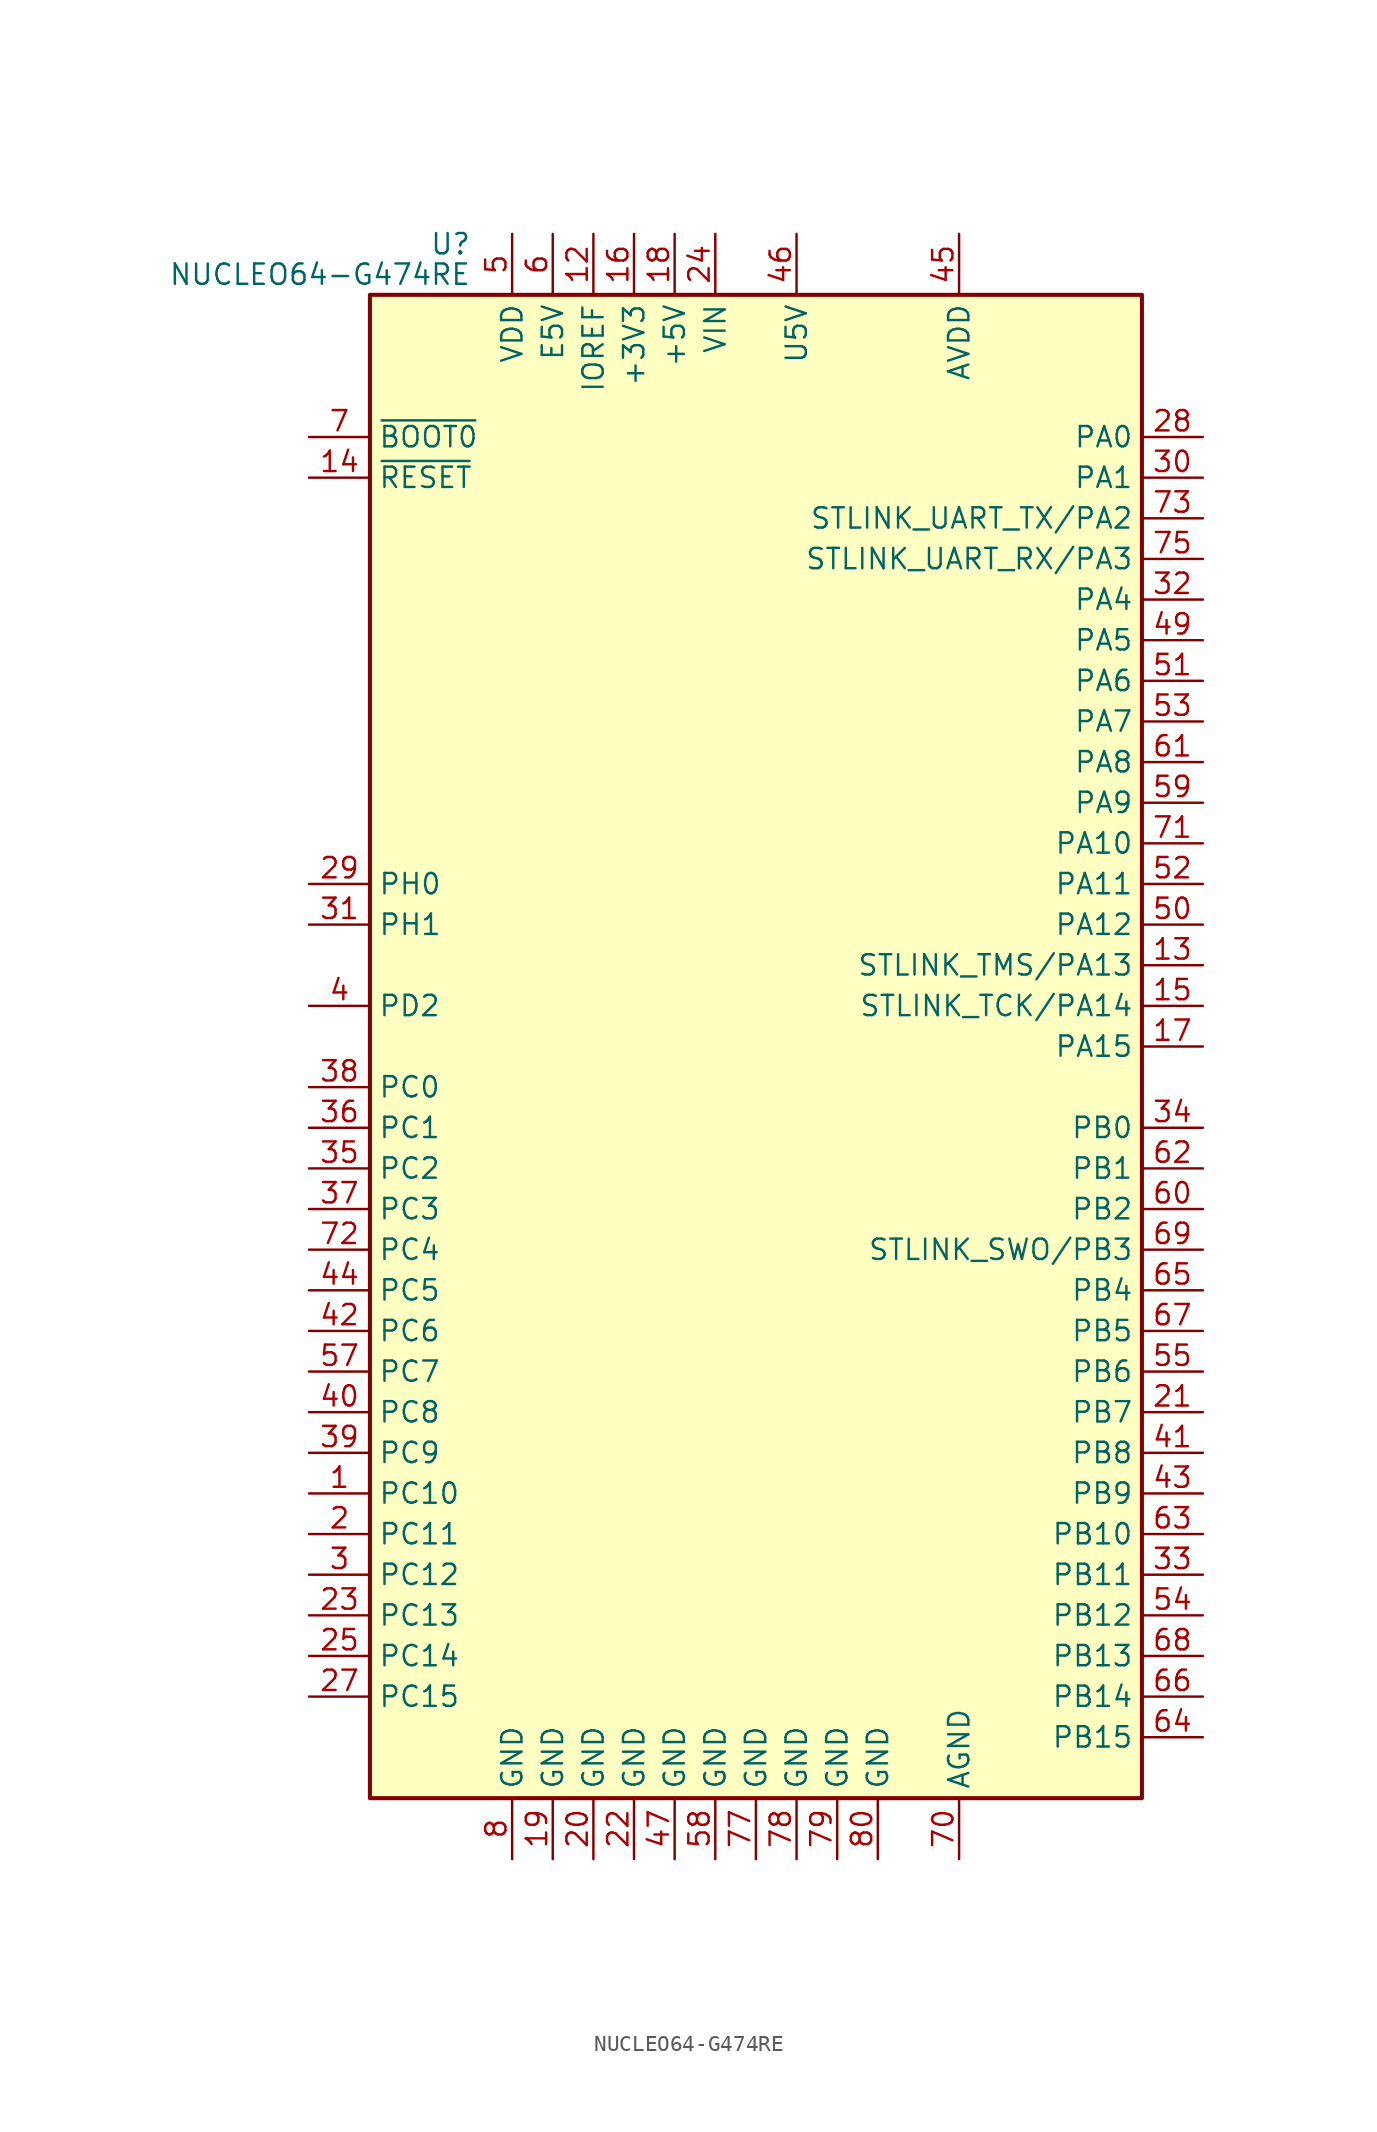
<source format=kicad_sym>
(kicad_symbol_lib
  (version 20211014)
  (generator kicad_symbol_editor)
  (symbol "NUCLEO64-G474RE"
    (property "Reference" "U"
      (at -17.78 50.165 0)
      (effects (font (size 1.27 1.27)) (justify right)))
    (property "Value" "NUCLEO64-G474RE"
      (at -17.78 48.26 0)
      (effects (font (size 1.27 1.27)) (justify right)))
    (symbol "NUCLEO64-G474RE_0_1"
      (rectangle (start -24.13 -46.99) (end 24.13 46.99) (stroke (width 0.254) (type default) (color 0 0 0 0)) (fill (type background))))
    (symbol "NUCLEO64-G474RE_1_1"
      (pin bidirectional line (at -27.94 -27.94 0) (length 3.81) (name "PC10" (effects (font (size 1.27 1.27)))) (number "1" (effects (font (size 1.27 1.27)))))
      (pin no_connect line (at -27.94 20.32 0) (length 3.81) hide (name "NC" (effects (font (size 1.27 1.27)))) (number "10" (effects (font (size 1.27 1.27)))))
      (pin no_connect line (at -27.94 15.24 0) (length 3.81) hide (name "NC" (effects (font (size 1.27 1.27)))) (number "11" (effects (font (size 1.27 1.27)))))
      (pin power_in line (at -10.16 50.8 270) (length 3.81) (name "IOREF" (effects (font (size 1.27 1.27)))) (number "12" (effects (font (size 1.27 1.27)))))
      (pin bidirectional line (at 27.94 5.08 180) (length 3.81) (name "STLINK_TMS/PA13" (effects (font (size 1.27 1.27)))) (number "13" (effects (font (size 1.27 1.27)))))
      (pin input line (at -27.94 35.56 0) (length 3.81) (name "~{RESET}" (effects (font (size 1.27 1.27)))) (number "14" (effects (font (size 1.27 1.27)))))
      (pin bidirectional line (at 27.94 2.54 180) (length 3.81) (name "STLINK_TCK/PA14" (effects (font (size 1.27 1.27)))) (number "15" (effects (font (size 1.27 1.27)))))
      (pin power_in line (at -7.62 50.8 270) (length 3.81) (name "+3V3" (effects (font (size 1.27 1.27)))) (number "16" (effects (font (size 1.27 1.27)))))
      (pin bidirectional line (at 27.94 0 180) (length 3.81) (name "PA15" (effects (font (size 1.27 1.27)))) (number "17" (effects (font (size 1.27 1.27)))))
      (pin power_in line (at -5.08 50.8 270) (length 3.81) (name "+5V" (effects (font (size 1.27 1.27)))) (number "18" (effects (font (size 1.27 1.27)))))
      (pin power_in line (at -12.7 -50.8 90) (length 3.81) (name "GND" (effects (font (size 1.27 1.27)))) (number "19" (effects (font (size 1.27 1.27)))))
      (pin bidirectional line (at -27.94 -30.48 0) (length 3.81) (name "PC11" (effects (font (size 1.27 1.27)))) (number "2" (effects (font (size 1.27 1.27)))))
      (pin power_in line (at -10.16 -50.8 90) (length 3.81) (name "GND" (effects (font (size 1.27 1.27)))) (number "20" (effects (font (size 1.27 1.27)))))
      (pin bidirectional line (at 27.94 -22.86 180) (length 3.81) (name "PB7" (effects (font (size 1.27 1.27)))) (number "21" (effects (font (size 1.27 1.27)))))
      (pin power_in line (at -7.62 -50.8 90) (length 3.81) (name "GND" (effects (font (size 1.27 1.27)))) (number "22" (effects (font (size 1.27 1.27)))))
      (pin bidirectional line (at -27.94 -35.56 0) (length 3.81) (name "PC13" (effects (font (size 1.27 1.27)))) (number "23" (effects (font (size 1.27 1.27)))))
      (pin power_in line (at -2.54 50.8 270) (length 3.81) (name "VIN" (effects (font (size 1.27 1.27)))) (number "24" (effects (font (size 1.27 1.27)))))
      (pin bidirectional line (at -27.94 -38.1 0) (length 3.81) (name "PC14" (effects (font (size 1.27 1.27)))) (number "25" (effects (font (size 1.27 1.27)))))
      (pin no_connect line (at -27.94 22.86 0) (length 3.81) hide (name "NC" (effects (font (size 1.27 1.27)))) (number "26" (effects (font (size 1.27 1.27)))))
      (pin bidirectional line (at -27.94 -40.64 0) (length 3.81) (name "PC15" (effects (font (size 1.27 1.27)))) (number "27" (effects (font (size 1.27 1.27)))))
      (pin bidirectional line (at 27.94 38.1 180) (length 3.81) (name "PA0" (effects (font (size 1.27 1.27)))) (number "28" (effects (font (size 1.27 1.27)))))
      (pin bidirectional line (at -27.94 10.16 0) (length 3.81) (name "PH0" (effects (font (size 1.27 1.27)))) (number "29" (effects (font (size 1.27 1.27)))))
      (pin bidirectional line (at -27.94 -33.02 0) (length 3.81) (name "PC12" (effects (font (size 1.27 1.27)))) (number "3" (effects (font (size 1.27 1.27)))))
      (pin bidirectional line (at 27.94 35.56 180) (length 3.81) (name "PA1" (effects (font (size 1.27 1.27)))) (number "30" (effects (font (size 1.27 1.27)))))
      (pin bidirectional line (at -27.94 7.62 0) (length 3.81) (name "PH1" (effects (font (size 1.27 1.27)))) (number "31" (effects (font (size 1.27 1.27)))))
      (pin bidirectional line (at 27.94 27.94 180) (length 3.81) (name "PA4" (effects (font (size 1.27 1.27)))) (number "32" (effects (font (size 1.27 1.27)))))
      (pin bidirectional line (at 27.94 -33.02 180) (length 3.81) (name "PB11" (effects (font (size 1.27 1.27)))) (number "33" (effects (font (size 1.27 1.27)))))
      (pin bidirectional line (at 27.94 -5.08 180) (length 3.81) (name "PB0" (effects (font (size 1.27 1.27)))) (number "34" (effects (font (size 1.27 1.27)))))
      (pin bidirectional line (at -27.94 -7.62 0) (length 3.81) (name "PC2" (effects (font (size 1.27 1.27)))) (number "35" (effects (font (size 1.27 1.27)))))
      (pin bidirectional line (at -27.94 -5.08 0) (length 3.81) (name "PC1" (effects (font (size 1.27 1.27)))) (number "36" (effects (font (size 1.27 1.27)))))
      (pin bidirectional line (at -27.94 -10.16 0) (length 3.81) (name "PC3" (effects (font (size 1.27 1.27)))) (number "37" (effects (font (size 1.27 1.27)))))
      (pin bidirectional line (at -27.94 -2.54 0) (length 3.81) (name "PC0" (effects (font (size 1.27 1.27)))) (number "38" (effects (font (size 1.27 1.27)))))
      (pin bidirectional line (at -27.94 -25.4 0) (length 3.81) (name "PC9" (effects (font (size 1.27 1.27)))) (number "39" (effects (font (size 1.27 1.27)))))
      (pin bidirectional line (at -27.94 2.54 0) (length 3.81) (name "PD2" (effects (font (size 1.27 1.27)))) (number "4" (effects (font (size 1.27 1.27)))))
      (pin bidirectional line (at -27.94 -22.86 0) (length 3.81) (name "PC8" (effects (font (size 1.27 1.27)))) (number "40" (effects (font (size 1.27 1.27)))))
      (pin bidirectional line (at 27.94 -25.4 180) (length 3.81) (name "PB8" (effects (font (size 1.27 1.27)))) (number "41" (effects (font (size 1.27 1.27)))))
      (pin bidirectional line (at -27.94 -17.78 0) (length 3.81) (name "PC6" (effects (font (size 1.27 1.27)))) (number "42" (effects (font (size 1.27 1.27)))))
      (pin bidirectional line (at 27.94 -27.94 180) (length 3.81) (name "PB9" (effects (font (size 1.27 1.27)))) (number "43" (effects (font (size 1.27 1.27)))))
      (pin bidirectional line (at -27.94 -15.24 0) (length 3.81) (name "PC5" (effects (font (size 1.27 1.27)))) (number "44" (effects (font (size 1.27 1.27)))))
      (pin power_in line (at 12.7 50.8 270) (length 3.81) (name "AVDD" (effects (font (size 1.27 1.27)))) (number "45" (effects (font (size 1.27 1.27)))))
      (pin power_in line (at 2.54 50.8 270) (length 3.81) (name "U5V" (effects (font (size 1.27 1.27)))) (number "46" (effects (font (size 1.27 1.27)))))
      (pin power_in line (at -5.08 -50.8 90) (length 3.81) (name "GND" (effects (font (size 1.27 1.27)))) (number "47" (effects (font (size 1.27 1.27)))))
      (pin no_connect line (at -27.94 25.4 0) (length 3.81) hide (name "NC" (effects (font (size 1.27 1.27)))) (number "48" (effects (font (size 1.27 1.27)))))
      (pin bidirectional line (at 27.94 25.4 180) (length 3.81) (name "PA5" (effects (font (size 1.27 1.27)))) (number "49" (effects (font (size 1.27 1.27)))))
      (pin power_in line (at -15.24 50.8 270) (length 3.81) (name "VDD" (effects (font (size 1.27 1.27)))) (number "5" (effects (font (size 1.27 1.27)))))
      (pin bidirectional line (at 27.94 7.62 180) (length 3.81) (name "PA12" (effects (font (size 1.27 1.27)))) (number "50" (effects (font (size 1.27 1.27)))))
      (pin bidirectional line (at 27.94 22.86 180) (length 3.81) (name "PA6" (effects (font (size 1.27 1.27)))) (number "51" (effects (font (size 1.27 1.27)))))
      (pin bidirectional line (at 27.94 10.16 180) (length 3.81) (name "PA11" (effects (font (size 1.27 1.27)))) (number "52" (effects (font (size 1.27 1.27)))))
      (pin bidirectional line (at 27.94 20.32 180) (length 3.81) (name "PA7" (effects (font (size 1.27 1.27)))) (number "53" (effects (font (size 1.27 1.27)))))
      (pin bidirectional line (at 27.94 -35.56 180) (length 3.81) (name "PB12" (effects (font (size 1.27 1.27)))) (number "54" (effects (font (size 1.27 1.27)))))
      (pin bidirectional line (at 27.94 -20.32 180) (length 3.81) (name "PB6" (effects (font (size 1.27 1.27)))) (number "55" (effects (font (size 1.27 1.27)))))
      (pin no_connect line (at -27.94 33.02 0) (length 3.81) hide (name "NC" (effects (font (size 1.27 1.27)))) (number "56" (effects (font (size 1.27 1.27)))))
      (pin bidirectional line (at -27.94 -20.32 0) (length 3.81) (name "PC7" (effects (font (size 1.27 1.27)))) (number "57" (effects (font (size 1.27 1.27)))))
      (pin power_in line (at -2.54 -50.8 90) (length 3.81) (name "GND" (effects (font (size 1.27 1.27)))) (number "58" (effects (font (size 1.27 1.27)))))
      (pin bidirectional line (at 27.94 15.24 180) (length 3.81) (name "PA9" (effects (font (size 1.27 1.27)))) (number "59" (effects (font (size 1.27 1.27)))))
      (pin power_in line (at -12.7 50.8 270) (length 3.81) (name "E5V" (effects (font (size 1.27 1.27)))) (number "6" (effects (font (size 1.27 1.27)))))
      (pin bidirectional line (at 27.94 -10.16 180) (length 3.81) (name "PB2" (effects (font (size 1.27 1.27)))) (number "60" (effects (font (size 1.27 1.27)))))
      (pin bidirectional line (at 27.94 17.78 180) (length 3.81) (name "PA8" (effects (font (size 1.27 1.27)))) (number "61" (effects (font (size 1.27 1.27)))))
      (pin bidirectional line (at 27.94 -7.62 180) (length 3.81) (name "PB1" (effects (font (size 1.27 1.27)))) (number "62" (effects (font (size 1.27 1.27)))))
      (pin bidirectional line (at 27.94 -30.48 180) (length 3.81) (name "PB10" (effects (font (size 1.27 1.27)))) (number "63" (effects (font (size 1.27 1.27)))))
      (pin bidirectional line (at 27.94 -43.18 180) (length 3.81) (name "PB15" (effects (font (size 1.27 1.27)))) (number "64" (effects (font (size 1.27 1.27)))))
      (pin bidirectional line (at 27.94 -15.24 180) (length 3.81) (name "PB4" (effects (font (size 1.27 1.27)))) (number "65" (effects (font (size 1.27 1.27)))))
      (pin bidirectional line (at 27.94 -40.64 180) (length 3.81) (name "PB14" (effects (font (size 1.27 1.27)))) (number "66" (effects (font (size 1.27 1.27)))))
      (pin bidirectional line (at 27.94 -17.78 180) (length 3.81) (name "PB5" (effects (font (size 1.27 1.27)))) (number "67" (effects (font (size 1.27 1.27)))))
      (pin bidirectional line (at 27.94 -38.1 180) (length 3.81) (name "PB13" (effects (font (size 1.27 1.27)))) (number "68" (effects (font (size 1.27 1.27)))))
      (pin bidirectional line (at 27.94 -12.7 180) (length 3.81) (name "STLINK_SWO/PB3" (effects (font (size 1.27 1.27)))) (number "69" (effects (font (size 1.27 1.27)))))
      (pin input line (at -27.94 38.1 0) (length 3.81) (name "~{BOOT0}" (effects (font (size 1.27 1.27)))) (number "7" (effects (font (size 1.27 1.27)))))
      (pin power_in line (at 12.7 -50.8 90) (length 3.81) (name "AGND" (effects (font (size 1.27 1.27)))) (number "70" (effects (font (size 1.27 1.27)))))
      (pin bidirectional line (at 27.94 12.7 180) (length 3.81) (name "PA10" (effects (font (size 1.27 1.27)))) (number "71" (effects (font (size 1.27 1.27)))))
      (pin bidirectional line (at -27.94 -12.7 0) (length 3.81) (name "PC4" (effects (font (size 1.27 1.27)))) (number "72" (effects (font (size 1.27 1.27)))))
      (pin bidirectional line (at 27.94 33.02 180) (length 3.81) (name "STLINK_UART_TX/PA2" (effects (font (size 1.27 1.27)))) (number "73" (effects (font (size 1.27 1.27)))))
      (pin no_connect line (at -27.94 30.48 0) (length 3.81) hide (name "NC" (effects (font (size 1.27 1.27)))) (number "74" (effects (font (size 1.27 1.27)))))
      (pin bidirectional line (at 27.94 30.48 180) (length 3.81) (name "STLINK_UART_RX/PA3" (effects (font (size 1.27 1.27)))) (number "75" (effects (font (size 1.27 1.27)))))
      (pin no_connect line (at -27.94 27.94 0) (length 3.81) hide (name "NC" (effects (font (size 1.27 1.27)))) (number "76" (effects (font (size 1.27 1.27)))))
      (pin power_in line (at 0 -50.8 90) (length 3.81) (name "GND" (effects (font (size 1.27 1.27)))) (number "77" (effects (font (size 1.27 1.27)))))
      (pin power_in line (at 2.54 -50.8 90) (length 3.81) (name "GND" (effects (font (size 1.27 1.27)))) (number "78" (effects (font (size 1.27 1.27)))))
      (pin power_in line (at 5.08 -50.8 90) (length 3.81) (name "GND" (effects (font (size 1.27 1.27)))) (number "79" (effects (font (size 1.27 1.27)))))
      (pin power_in line (at -15.24 -50.8 90) (length 3.81) (name "GND" (effects (font (size 1.27 1.27)))) (number "8" (effects (font (size 1.27 1.27)))))
      (pin power_in line (at 7.62 -50.8 90) (length 3.81) (name "GND" (effects (font (size 1.27 1.27)))) (number "80" (effects (font (size 1.27 1.27)))))
      (pin no_connect line (at -27.94 17.78 0) (length 3.81) hide (name "NC" (effects (font (size 1.27 1.27)))) (number "9" (effects (font (size 1.27 1.27))))))))
</source>
